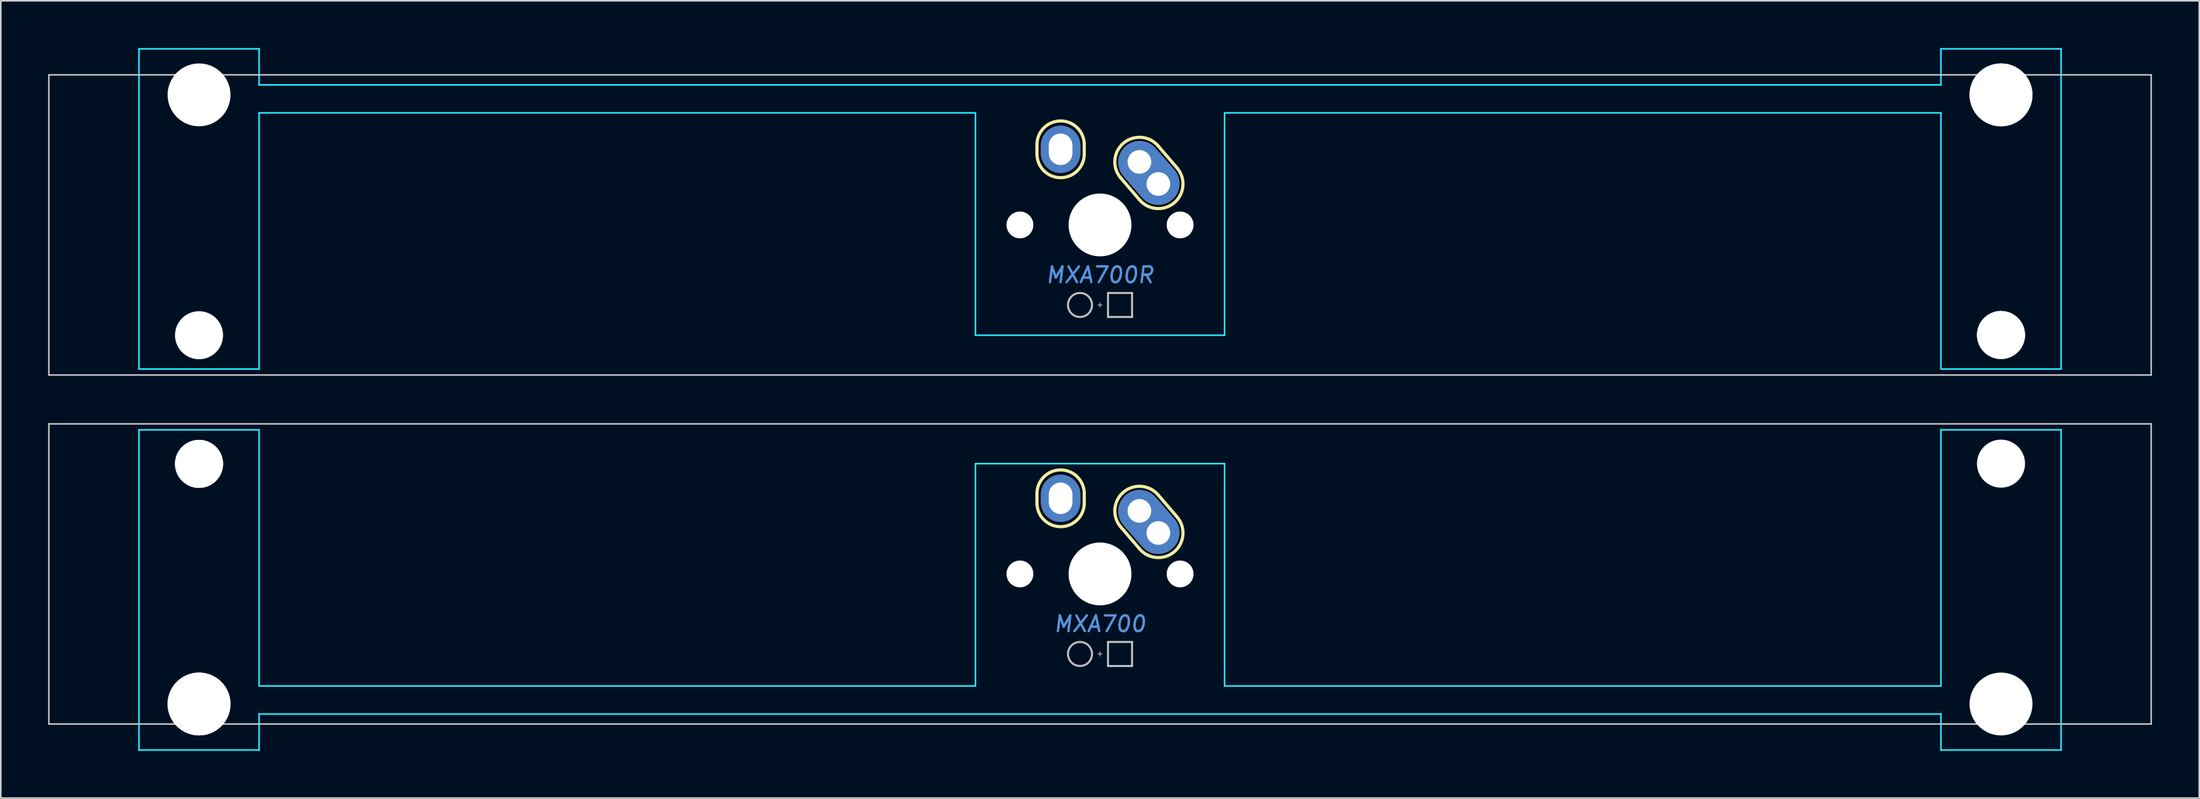
<source format=kicad_pcb>
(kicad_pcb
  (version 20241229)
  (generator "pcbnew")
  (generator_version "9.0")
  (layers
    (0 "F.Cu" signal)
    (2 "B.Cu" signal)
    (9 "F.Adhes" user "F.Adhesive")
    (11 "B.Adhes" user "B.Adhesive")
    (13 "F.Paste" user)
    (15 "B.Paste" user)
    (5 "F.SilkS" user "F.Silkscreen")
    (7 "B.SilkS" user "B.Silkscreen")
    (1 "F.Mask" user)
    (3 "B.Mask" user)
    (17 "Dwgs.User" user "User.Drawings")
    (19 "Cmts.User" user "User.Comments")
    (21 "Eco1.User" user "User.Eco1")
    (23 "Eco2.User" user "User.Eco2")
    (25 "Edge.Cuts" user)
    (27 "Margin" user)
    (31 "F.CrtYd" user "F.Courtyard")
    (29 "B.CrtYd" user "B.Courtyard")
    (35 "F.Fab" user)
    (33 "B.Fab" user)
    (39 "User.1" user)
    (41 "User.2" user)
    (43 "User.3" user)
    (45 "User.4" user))
  (footprint "MXA700"
    (layer "F.Cu")
    (at 66.725 33.376)
    (property "Reference" "MXA700" (at 0 3.175 0) (layer "Cmts.User") (effects (font (size 1 1) (thickness 0.15) (italic yes))))
    (attr through_hole)
    (fp_line (start -4 -4.5) (end -4 -5.1) (stroke (width 0.2) (type solid)) (layer "F.SilkS"))
    (fp_line (start -1 -4.5) (end -1 -5.1) (stroke (width 0.2) (type solid)) (layer "F.SilkS"))
    (fp_line (start 1.3 -3) (end 2.5 -1.6) (stroke (width 0.2) (type solid)) (layer "F.SilkS"))
    (fp_line (start 3.7 -5) (end 4.9 -3.6) (stroke (width 0.2) (type solid)) (layer "F.SilkS"))
    (fp_arc (start -4 -5.1) (mid -2.5 -6.6) (end -1 -5.1) (stroke (width 0.2) (type solid)) (layer "F.SilkS"))
    (fp_arc (start -1 -4.5) (mid -2.5 -3) (end -4 -4.5) (stroke (width 0.2) (type solid)) (layer "F.SilkS"))
    (fp_arc (start 1.3 -3) (mid 1.5 -5.2) (end 3.7 -5) (stroke (width 0.2) (type solid)) (layer "F.SilkS"))
    (fp_arc (start 4.9 -3.6) (mid 4.7 -1.4) (end 2.5 -1.6) (stroke (width 0.2) (type solid)) (layer "F.SilkS"))
    (fp_line (start -66.675 -9.525) (end -66.675 9.525) (stroke (width 0.1) (type solid)) (layer "Dwgs.User"))
    (fp_line (start -66.675 -9.525) (end 66.675 -9.525) (stroke (width 0.1) (type solid)) (layer "Dwgs.User"))
    (fp_line (start -66.675 9.525) (end 66.675 9.525) (stroke (width 0.1) (type solid)) (layer "Dwgs.User"))
    (fp_line (start -0.127 5.08) (end 0.127 5.08) (stroke (width 0.051) (type solid)) (layer "Dwgs.User"))
    (fp_line (start 0 5.207) (end 0 4.953) (stroke (width 0.051) (type solid)) (layer "Dwgs.User"))
    (fp_line (start 0.508 4.318) (end 0.508 5.842) (stroke (width 0.127) (type solid)) (layer "Dwgs.User"))
    (fp_line (start 0.508 4.318) (end 2.032 4.318) (stroke (width 0.127) (type solid)) (layer "Dwgs.User"))
    (fp_line (start 0.508 5.842) (end 2.032 5.842) (stroke (width 0.127) (type solid)) (layer "Dwgs.User"))
    (fp_line (start 2.032 5.842) (end 2.032 4.318) (stroke (width 0.127) (type solid)) (layer "Dwgs.User"))
    (fp_line (start 66.675 -9.525) (end 66.675 9.525) (stroke (width 0.1) (type solid)) (layer "Dwgs.User"))
    (fp_circle (center -1.27 5.08) (end -0.508 5.08) (stroke (width 0.127) (type solid)) (fill no) (layer "Dwgs.User"))
    (fp_line (start -60.96 -9.144) (end -60.96 11.176) (stroke (width 0.1) (type solid)) (layer "B.CrtYd"))
    (fp_line (start -60.96 -9.144) (end -53.34 -9.144) (stroke (width 0.1) (type solid)) (layer "B.CrtYd"))
    (fp_line (start -60.96 11.176) (end -53.34 11.176) (stroke (width 0.1) (type solid)) (layer "B.CrtYd"))
    (fp_line (start -53.34 7.112) (end -53.34 -9.144) (stroke (width 0.1) (type solid)) (layer "B.CrtYd"))
    (fp_line (start -53.34 7.112) (end -7.9 7.112) (stroke (width 0.1) (type solid)) (layer "B.CrtYd"))
    (fp_line (start -53.34 8.89) (end -53.34 11.176) (stroke (width 0.1) (type solid)) (layer "B.CrtYd"))
    (fp_line (start -53.34 8.89) (end 53.34 8.89) (stroke (width 0.1) (type solid)) (layer "B.CrtYd"))
    (fp_line (start -7.9 -7) (end -7.9 7.112) (stroke (width 0.1) (type solid)) (layer "B.CrtYd"))
    (fp_line (start -7.9 -7) (end 7.9 -7) (stroke (width 0.1) (type solid)) (layer "B.CrtYd"))
    (fp_line (start 7.9 -7) (end 7.9 7.112) (stroke (width 0.1) (type solid)) (layer "B.CrtYd"))
    (fp_line (start 53.34 7.112) (end 7.9 7.112) (stroke (width 0.1) (type solid)) (layer "B.CrtYd"))
    (fp_line (start 53.34 7.112) (end 53.34 -9.144) (stroke (width 0.1) (type solid)) (layer "B.CrtYd"))
    (fp_line (start 53.34 8.89) (end 53.34 11.176) (stroke (width 0.1) (type solid)) (layer "B.CrtYd"))
    (fp_line (start 60.96 -9.144) (end 53.34 -9.144) (stroke (width 0.1) (type solid)) (layer "B.CrtYd"))
    (fp_line (start 60.96 -9.144) (end 60.96 11.176) (stroke (width 0.1) (type solid)) (layer "B.CrtYd"))
    (fp_line (start 60.96 11.176) (end 53.34 11.176) (stroke (width 0.1) (type solid)) (layer "B.CrtYd"))
    (pad "" np_thru_hole circle (at -57.15 -6.985 180) (size 3.048 3.048) (drill 3.048) (layers "*.Cu" "*.Mask"))
    (pad "" np_thru_hole circle (at -57.15 -6.985 180) (size 3.048 3.048) (drill 3.048) (layers "*.Cu" "*.Mask"))
    (pad "" np_thru_hole circle (at -57.15 8.255 180) (size 3.988 3.988) (drill 3.988) (layers "*.Cu" "*.Mask"))
    (pad "" np_thru_hole circle (at -57.15 8.255 180) (size 3.988 3.988) (drill 3.988) (layers "*.Cu" "*.Mask"))
    (pad "" np_thru_hole circle (at -5.08 0) (size 1.702 1.702) (drill 1.702) (layers "*.Cu" "*.Mask"))
    (pad "" np_thru_hole circle (at 0 0) (size 3.988 3.988) (drill 3.988) (layers "*.Cu" "*.Mask"))
    (pad "" np_thru_hole circle (at 5.08 0) (size 1.702 1.702) (drill 1.702) (layers "*.Cu" "*.Mask"))
    (pad "" np_thru_hole circle (at 57.15 -7 180) (size 3.048 3.048) (drill 3.048) (layers "*.Cu" "*.Mask"))
    (pad "" np_thru_hole circle (at 57.15 8.255 180) (size 3.988 3.988) (drill 3.988) (layers "*.Cu" "*.Mask"))
    (pad "1" thru_hole oval (at -2.5 -4.8) (size 2.5 3) (drill oval 1.5 2) (layers "*.Cu" "*.Mask"))
    (pad "2" thru_hole circle (at 2.5 -4) (size 2.5 2.5) (drill 1.5) (layers "*.Cu" "*.Mask"))
    (pad "2" smd oval (at 3.1 -3.3 221) (size 2.7 4.5) (layers "F.Cu" "F.Mask"))
    (pad "2" smd oval (at 3.1 -3.3 221) (size 2.7 4.5) (layers "B.Cu" "B.Mask"))
    (pad "2" thru_hole circle (at 3.7 -2.6) (size 2.5 2.5) (drill 1.5) (layers "*.Cu" "*.Mask")))
  (footprint "MXA700R"
    (layer "F.Cu")
    (at 66.725 11.226)
    (property "Reference" "MXA700R" (at 0 3.175 0) (layer "Cmts.User") (effects (font (size 1 1) (thickness 0.15) (italic yes))))
    (attr through_hole)
    (fp_line (start -4 -4.5) (end -4 -5.1) (stroke (width 0.2) (type solid)) (layer "F.SilkS"))
    (fp_line (start -1 -4.5) (end -1 -5.1) (stroke (width 0.2) (type solid)) (layer "F.SilkS"))
    (fp_line (start 1.3 -3) (end 2.5 -1.6) (stroke (width 0.2) (type solid)) (layer "F.SilkS"))
    (fp_line (start 3.7 -5) (end 4.9 -3.6) (stroke (width 0.2) (type solid)) (layer "F.SilkS"))
    (fp_arc (start -4 -5.1) (mid -2.5 -6.6) (end -1 -5.1) (stroke (width 0.2) (type solid)) (layer "F.SilkS"))
    (fp_arc (start -1 -4.5) (mid -2.5 -3) (end -4 -4.5) (stroke (width 0.2) (type solid)) (layer "F.SilkS"))
    (fp_arc (start 1.3 -3) (mid 1.5 -5.2) (end 3.7 -5) (stroke (width 0.2) (type solid)) (layer "F.SilkS"))
    (fp_arc (start 4.9 -3.6) (mid 4.7 -1.4) (end 2.5 -1.6) (stroke (width 0.2) (type solid)) (layer "F.SilkS"))
    (fp_line (start -66.675 -9.525) (end -66.675 9.525) (stroke (width 0.1) (type solid)) (layer "Dwgs.User"))
    (fp_line (start -66.675 -9.525) (end 66.675 -9.525) (stroke (width 0.1) (type solid)) (layer "Dwgs.User"))
    (fp_line (start -66.675 9.525) (end 66.675 9.525) (stroke (width 0.1) (type solid)) (layer "Dwgs.User"))
    (fp_line (start -0.127 5.08) (end 0.127 5.08) (stroke (width 0.051) (type solid)) (layer "Dwgs.User"))
    (fp_line (start 0 5.207) (end 0 4.953) (stroke (width 0.051) (type solid)) (layer "Dwgs.User"))
    (fp_line (start 0.508 4.318) (end 0.508 5.842) (stroke (width 0.127) (type solid)) (layer "Dwgs.User"))
    (fp_line (start 0.508 4.318) (end 2.032 4.318) (stroke (width 0.127) (type solid)) (layer "Dwgs.User"))
    (fp_line (start 0.508 5.842) (end 2.032 5.842) (stroke (width 0.127) (type solid)) (layer "Dwgs.User"))
    (fp_line (start 2.032 5.842) (end 2.032 4.318) (stroke (width 0.127) (type solid)) (layer "Dwgs.User"))
    (fp_line (start 66.675 -9.525) (end 66.675 9.525) (stroke (width 0.1) (type solid)) (layer "Dwgs.User"))
    (fp_circle (center -1.27 5.08) (end -0.508 5.08) (stroke (width 0.127) (type solid)) (fill no) (layer "Dwgs.User"))
    (fp_line (start -60.96 -11.176) (end -53.34 -11.176) (stroke (width 0.1) (type solid)) (layer "B.CrtYd"))
    (fp_line (start -60.96 9.144) (end -60.96 -11.176) (stroke (width 0.1) (type solid)) (layer "B.CrtYd"))
    (fp_line (start -60.96 9.144) (end -53.34 9.144) (stroke (width 0.1) (type solid)) (layer "B.CrtYd"))
    (fp_line (start -53.34 -8.89) (end -53.34 -11.176) (stroke (width 0.1) (type solid)) (layer "B.CrtYd"))
    (fp_line (start -53.34 -7.112) (end -53.34 9.144) (stroke (width 0.1) (type solid)) (layer "B.CrtYd"))
    (fp_line (start -53.34 -7.112) (end -7.9 -7.112) (stroke (width 0.1) (type solid)) (layer "B.CrtYd"))
    (fp_line (start -7.9 7) (end -7.9 -7.112) (stroke (width 0.1) (type solid)) (layer "B.CrtYd"))
    (fp_line (start 7.9 7) (end -7.9 7) (stroke (width 0.1) (type solid)) (layer "B.CrtYd"))
    (fp_line (start 7.9 7) (end 7.9 -7.112) (stroke (width 0.1) (type solid)) (layer "B.CrtYd"))
    (fp_line (start 53.34 -8.89) (end -53.34 -8.89) (stroke (width 0.1) (type solid)) (layer "B.CrtYd"))
    (fp_line (start 53.34 -8.89) (end 53.34 -11.176) (stroke (width 0.1) (type solid)) (layer "B.CrtYd"))
    (fp_line (start 53.34 -7.112) (end 7.9 -7.112) (stroke (width 0.1) (type solid)) (layer "B.CrtYd"))
    (fp_line (start 53.34 -7.112) (end 53.34 9.144) (stroke (width 0.1) (type solid)) (layer "B.CrtYd"))
    (fp_line (start 60.96 -11.176) (end 53.34 -11.176) (stroke (width 0.1) (type solid)) (layer "B.CrtYd"))
    (fp_line (start 60.96 9.144) (end 53.34 9.144) (stroke (width 0.1) (type solid)) (layer "B.CrtYd"))
    (fp_line (start 60.96 9.144) (end 60.96 -11.176) (stroke (width 0.1) (type solid)) (layer "B.CrtYd"))
    (pad "" np_thru_hole circle (at -57.15 -8.255) (size 3.988 3.988) (drill 3.988) (layers "*.Cu" "*.Mask"))
    (pad "" np_thru_hole circle (at -57.15 7) (size 3.048 3.048) (drill 3.048) (layers "*.Cu" "*.Mask"))
    (pad "" np_thru_hole circle (at -5.08 0) (size 1.702 1.702) (drill 1.702) (layers "*.Cu" "*.Mask"))
    (pad "" np_thru_hole circle (at 0 0) (size 3.988 3.988) (drill 3.988) (layers "*.Cu" "*.Mask"))
    (pad "" np_thru_hole circle (at 5.08 0) (size 1.702 1.702) (drill 1.702) (layers "*.Cu" "*.Mask"))
    (pad "" np_thru_hole circle (at 57.15 -8.255) (size 3.988 3.988) (drill 3.988) (layers "*.Cu" "*.Mask"))
    (pad "" np_thru_hole circle (at 57.15 -8.255) (size 3.988 3.988) (drill 3.988) (layers "*.Cu" "*.Mask"))
    (pad "" np_thru_hole circle (at 57.15 6.985) (size 3.048 3.048) (drill 3.048) (layers "*.Cu" "*.Mask"))
    (pad "" np_thru_hole circle (at 57.15 6.985) (size 3.048 3.048) (drill 3.048) (layers "*.Cu" "*.Mask"))
    (pad "1" thru_hole oval (at -2.5 -4.8) (size 2.5 3) (drill oval 1.5 2) (layers "*.Cu" "*.Mask"))
    (pad "2" thru_hole circle (at 2.5 -4) (size 2.5 2.5) (drill 1.5) (layers "*.Cu" "*.Mask"))
    (pad "2" smd oval (at 3.1 -3.3 221) (size 2.7 4.5) (layers "F.Cu" "F.Mask"))
    (pad "2" smd oval (at 3.1 -3.3 221) (size 2.7 4.5) (layers "B.Cu" "B.Mask"))
    (pad "2" thru_hole circle (at 3.7 -2.6) (size 2.5 2.5) (drill 1.5) (layers "*.Cu" "*.Mask")))
  (gr_rect
    (start -3 -3)
    (end 136.45 47.602)
    (stroke (width 0.1) (type default))
    (fill no)
    (layer "Edge.Cuts")))
</source>
